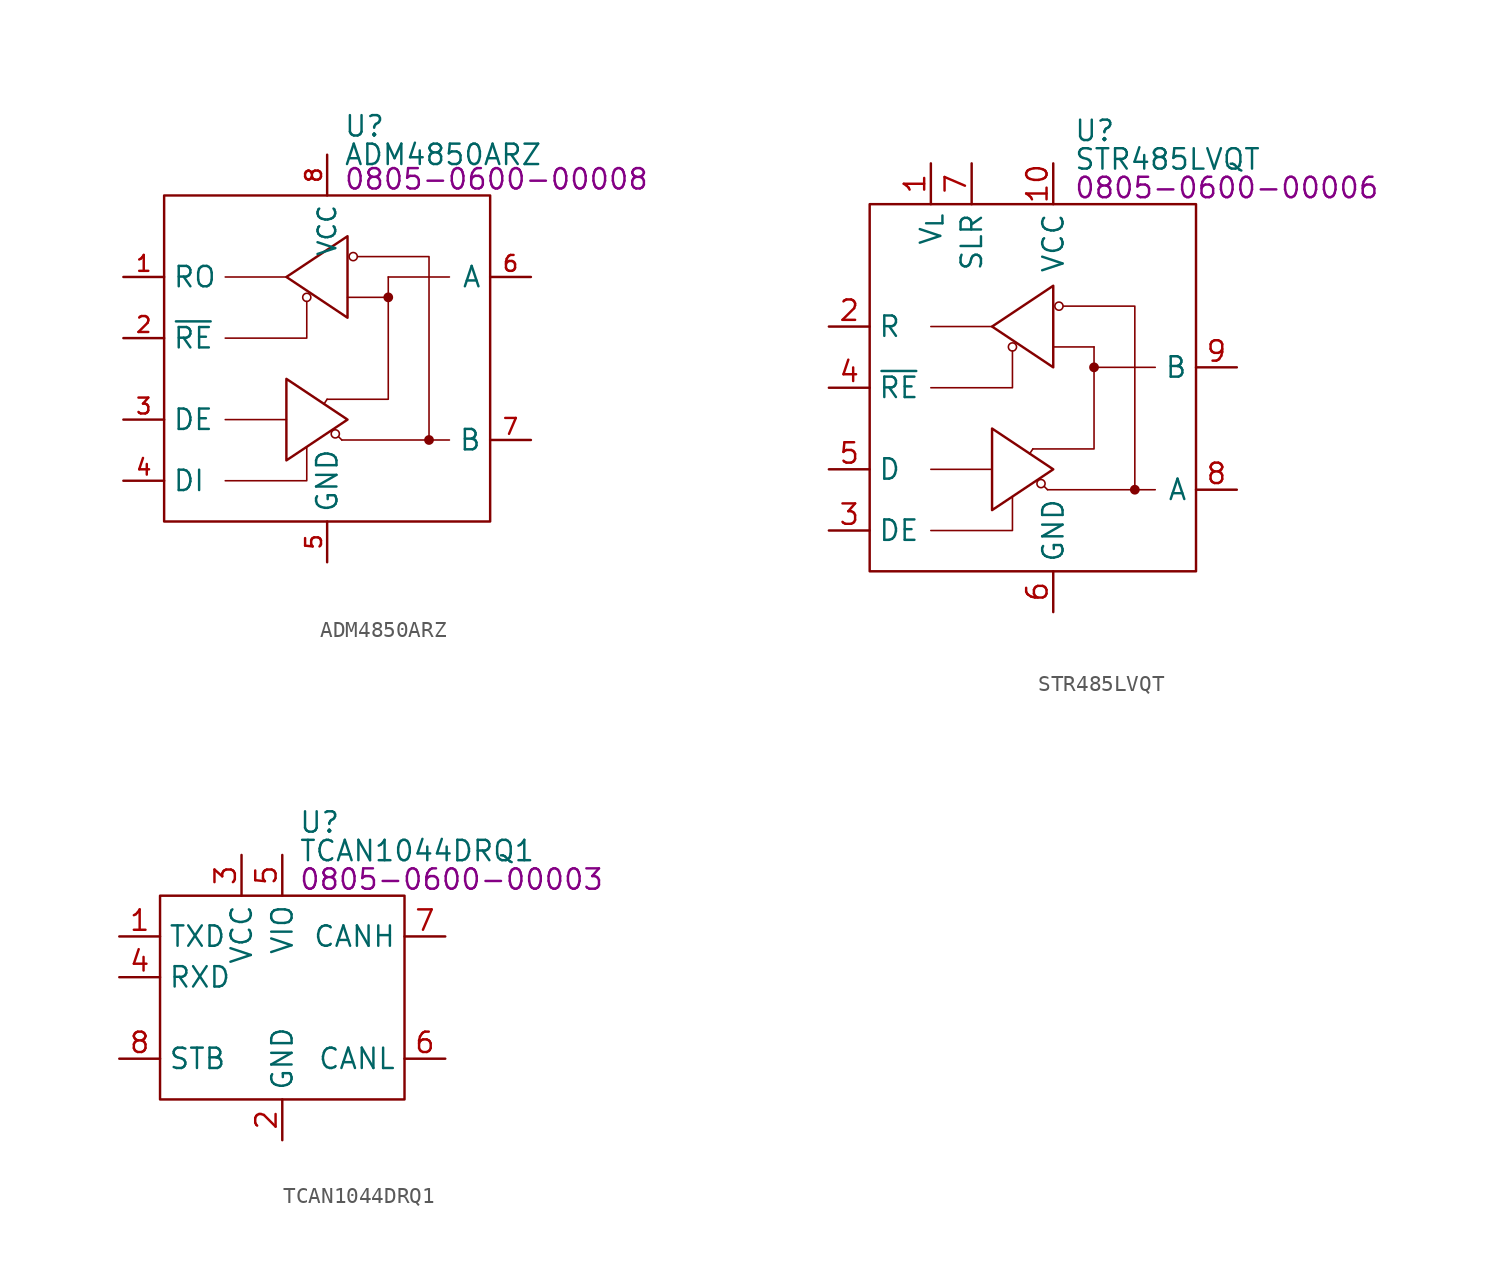
<source format=kicad_sym>
(kicad_symbol_lib
  (version 20231120)
  (generator "kicad_symbol_editor")
  (generator_version "8.0")
  (symbol "ADM4850ARZ"
    (property "Reference" "U"
      (at 11.176 4.318 0)
      (effects (font (size 1.27 1.27)) (justify left)))
    (property "Value" "ADM4850ARZ"
      (at 11.176 2.54 0)
      (effects (font (size 1.27 1.27)) (justify left)))
    (property "PartNumber" "0805-0600-00008"
      (at 11.176 1.016 0)
      (effects (font (size 1.27 1.27)) (justify left)))
    (symbol "ADM4850ARZ_0_0"
      (pin output line (at -2.54 -5.08 0) (length 2.54) (name "RO" (effects (font (size 1.27 1.27)))) (number "1" (effects (font (size 0.991 0.991)))))
      (pin input line (at -2.54 -8.89 0) (length 2.54) (name "~{RE}" (effects (font (size 1.27 1.27)))) (number "2" (effects (font (size 0.991 0.991)))))
      (pin input line (at -2.54 -13.97 0) (length 2.54) (name "DE" (effects (font (size 1.27 1.27)))) (number "3" (effects (font (size 0.991 0.991)))))
      (pin input line (at -2.54 -17.78 0) (length 2.54) (name "DI" (effects (font (size 1.27 1.27)))) (number "4" (effects (font (size 0.991 0.991)))))
      (pin power_in line (at 10.16 -22.86 90) (length 2.54) (name "GND" (effects (font (size 1.27 1.27)))) (number "5" (effects (font (size 0.991 0.991)))))
      (pin bidirectional line (at 22.86 -5.08 180) (length 2.54) (name "A" (effects (font (size 1.27 1.27)))) (number "6" (effects (font (size 0.991 0.991)))))
      (pin bidirectional line (at 22.86 -15.24 180) (length 2.54) (name "B" (effects (font (size 1.27 1.27)))) (number "7" (effects (font (size 0.991 0.991))))))
    (symbol "ADM4850ARZ_0_1"
      (polyline (pts (xy 7.62 -13.97) (xy 3.81 -13.97)) (stroke (width 0.1) (type default)) (fill (type none)))
      (polyline (pts (xy 7.62 -5.08) (xy 3.81 -5.08)) (stroke (width 0.1) (type default)) (fill (type none)))
      (polyline (pts (xy 10.16 -12.7) (xy 9.957 -13.005)) (stroke (width 0.1) (type default)) (fill (type none)))
      (polyline (pts (xy 11.074 -15.24) (xy 10.871 -15.037)) (stroke (width 0.1) (type default)) (fill (type none)))
      (polyline (pts (xy 11.43 -6.35) (xy 13.97 -6.35)) (stroke (width 0.1) (type default)) (fill (type none)))
      (polyline (pts (xy 13.97 -5.08) (xy 13.97 -6.35)) (stroke (width 0.1) (type default)) (fill (type none)))
      (polyline (pts (xy 13.97 -5.08) (xy 17.78 -5.08)) (stroke (width 0.1) (type default)) (fill (type none)))
      (polyline (pts (xy 16.51 -15.24) (xy 17.78 -15.24)) (stroke (width 0.1) (type default)) (fill (type none)))
      (polyline (pts (xy 3.81 -17.78) (xy 8.89 -17.78) (xy 8.89 -15.697)) (stroke (width 0.1) (type default)) (fill (type none)))
      (polyline (pts (xy 3.81 -8.89) (xy 8.89 -8.89) (xy 8.89 -6.604)) (stroke (width 0.1) (type default)) (fill (type none)))
      (polyline (pts (xy 10.16 -12.7) (xy 13.97 -12.7) (xy 13.97 -6.35)) (stroke (width 0.1) (type default)) (fill (type none)))
      (polyline (pts (xy 7.62 -11.43) (xy 7.62 -16.51) (xy 11.43 -13.97) (xy 7.62 -11.43)) (stroke (width 0) (type default)) (fill (type none)))
      (polyline (pts (xy 11.074 -15.24) (xy 16.51 -15.24) (xy 16.51 -3.81) (xy 12.065 -3.81)) (stroke (width 0.1) (type default)) (fill (type none)))
      (polyline (pts (xy 11.43 -7.62) (xy 11.43 -2.54) (xy 7.62 -5.08) (xy 11.43 -7.62)) (stroke (width 0) (type default)) (fill (type none)))
      (rectangle (start 0 0) (end 20.32 -20.32) (stroke (width 0) (type default)) (fill (type none)))
      (circle (center 8.89 -6.35) (radius 0.254) (stroke (width 0.1) (type default)) (fill (type none)))
      (circle (center 10.668 -14.859) (radius 0.254) (stroke (width 0.1) (type default)) (fill (type none)))
      (circle (center 11.786 -3.81) (radius 0.254) (stroke (width 0.1) (type default)) (fill (type none)))
      (circle (center 13.97 -6.35) (radius 0.254) (stroke (width 0.1) (type default)) (fill (type outline)))
      (circle (center 16.51 -15.24) (radius 0.254) (stroke (width 0.1) (type default)) (fill (type outline))))
    (symbol "ADM4850ARZ_1_0"
      (pin power_in line (at 10.16 2.54 270) (length 2.54) (name "VCC" (effects (font (size 1.1 1.1)))) (number "8" (effects (font (size 0.991 0.991)))))))
  (symbol "STR485LVQT"
    (property "Reference" "U"
      (at 15.24 4.572 0)
      (effects (font (size 1.27 1.27)) (justify left)))
    (property "Value" "STR485LVQT"
      (at 15.24 2.794 0)
      (effects (font (size 1.27 1.27)) (justify left)))
    (property "PartNumber" "0805-0600-00006"
      (at 15.24 1.016 0)
      (effects (font (size 1.27 1.27)) (justify left)))
    (symbol "STR485LVQT_0_0"
      (pin power_in line (at 6.35 2.54 270) (length 2.54) (name "V_{L}" (effects (font (size 1.27 1.27)))) (number "1" (effects (font (size 1.27 1.27)))))
      (pin power_in line (at 13.97 2.54 270) (length 2.54) (name "VCC" (effects (font (size 1.27 1.27)))) (number "10" (effects (font (size 1.27 1.27)))))
      (pin power_in line (at 13.97 -25.4 90) (length 2.54) hide (name "GND" (effects (font (size 1.27 1.27)))) (number "11" (effects (font (size 1.27 1.27)))))
      (pin output line (at 0 -7.62 0) (length 2.54) (name "R" (effects (font (size 1.27 1.27)))) (number "2" (effects (font (size 1.27 1.27)))))
      (pin input line (at 0 -20.32 0) (length 2.54) (name "DE" (effects (font (size 1.27 1.27)))) (number "3" (effects (font (size 1.27 1.27)))))
      (pin input line (at 0 -11.43 0) (length 2.54) (name "~{RE}" (effects (font (size 1.27 1.27)))) (number "4" (effects (font (size 1.27 1.27)))))
      (pin input line (at 0 -16.51 0) (length 2.54) (name "D" (effects (font (size 1.27 1.27)))) (number "5" (effects (font (size 1.27 1.27)))))
      (pin power_in line (at 13.97 -25.4 90) (length 2.54) (name "GND" (effects (font (size 1.27 1.27)))) (number "6" (effects (font (size 1.27 1.27)))))
      (pin input line (at 8.89 2.54 270) (length 2.54) (name "SLR" (effects (font (size 1.27 1.27)))) (number "7" (effects (font (size 1.27 1.27)))))
      (pin bidirectional line (at 25.4 -17.78 180) (length 2.54) (name "A" (effects (font (size 1.27 1.27)))) (number "8" (effects (font (size 1.27 1.27)))))
      (pin bidirectional line (at 25.4 -10.16 180) (length 2.54) (name "B" (effects (font (size 1.27 1.27)))) (number "9" (effects (font (size 1.27 1.27))))))
    (symbol "STR485LVQT_0_1"
      (polyline (pts (xy 10.16 -16.51) (xy 6.35 -16.51)) (stroke (width 0.1) (type default)) (fill (type none)))
      (polyline (pts (xy 10.16 -7.62) (xy 6.35 -7.62)) (stroke (width 0.1) (type default)) (fill (type none)))
      (polyline (pts (xy 12.7 -15.24) (xy 12.497 -15.545)) (stroke (width 0.1) (type default)) (fill (type none)))
      (polyline (pts (xy 13.614 -17.78) (xy 13.411 -17.577)) (stroke (width 0.1) (type default)) (fill (type none)))
      (polyline (pts (xy 13.97 -8.89) (xy 16.51 -8.89)) (stroke (width 0.1) (type default)) (fill (type none)))
      (polyline (pts (xy 16.51 -10.16) (xy 20.32 -10.16)) (stroke (width 0.1) (type default)) (fill (type none)))
      (polyline (pts (xy 19.05 -17.78) (xy 20.32 -17.78)) (stroke (width 0.1) (type default)) (fill (type none)))
      (polyline (pts (xy 6.35 -20.32) (xy 11.43 -20.32) (xy 11.43 -18.237)) (stroke (width 0.1) (type default)) (fill (type none)))
      (polyline (pts (xy 6.35 -11.43) (xy 11.43 -11.43) (xy 11.43 -9.144)) (stroke (width 0.1) (type default)) (fill (type none)))
      (polyline (pts (xy 12.7 -15.24) (xy 16.51 -15.24) (xy 16.51 -8.89)) (stroke (width 0.1) (type default)) (fill (type none)))
      (polyline (pts (xy 10.16 -13.97) (xy 10.16 -19.05) (xy 13.97 -16.51) (xy 10.16 -13.97)) (stroke (width 0) (type default)) (fill (type none)))
      (polyline (pts (xy 13.614 -17.78) (xy 19.05 -17.78) (xy 19.05 -6.35) (xy 14.605 -6.35)) (stroke (width 0.1) (type default)) (fill (type none)))
      (polyline (pts (xy 13.97 -10.16) (xy 13.97 -5.08) (xy 10.16 -7.62) (xy 13.97 -10.16)) (stroke (width 0) (type default)) (fill (type none)))
      (rectangle (start 2.54 0) (end 22.86 -22.86) (stroke (width 0) (type default)) (fill (type none)))
      (circle (center 11.43 -8.89) (radius 0.254) (stroke (width 0.1) (type default)) (fill (type none)))
      (circle (center 13.208 -17.399) (radius 0.254) (stroke (width 0.1) (type default)) (fill (type none)))
      (circle (center 14.326 -6.35) (radius 0.254) (stroke (width 0.1) (type default)) (fill (type none)))
      (circle (center 16.51 -10.16) (radius 0.254) (stroke (width 0.1) (type default)) (fill (type outline)))
      (circle (center 19.05 -17.78) (radius 0.254) (stroke (width 0.1) (type default)) (fill (type outline)))))
  (symbol "TCAN1044DRQ1"
    (property "Reference" "U"
      (at 8.636 4.572 0)
      (effects (font (size 1.27 1.27)) (justify left)))
    (property "Value" "TCAN1044DRQ1"
      (at 8.636 2.794 0)
      (effects (font (size 1.27 1.27)) (justify left)))
    (property "PartNumber" "0805-0600-00003"
      (at 8.636 1.016 0)
      (effects (font (size 1.27 1.27)) (justify left)))
    (symbol "TCAN1044DRQ1_0_0"
      (pin input line (at -2.54 -2.54 0) (length 2.54) (name "TXD" (effects (font (size 1.27 1.27)))) (number "1" (effects (font (size 1.27 1.27)))))
      (pin power_in line (at 7.62 -15.24 90) (length 2.54) (name "GND" (effects (font (size 1.27 1.27)))) (number "2" (effects (font (size 1.27 1.27)))))
      (pin power_in line (at 5.08 2.54 270) (length 2.54) (name "VCC" (effects (font (size 1.27 1.27)))) (number "3" (effects (font (size 1.27 1.27)))))
      (pin output line (at -2.54 -5.08 0) (length 2.54) (name "RXD" (effects (font (size 1.27 1.27)))) (number "4" (effects (font (size 1.27 1.27)))))
      (pin power_in line (at 7.62 2.54 270) (length 2.54) (name "VIO" (effects (font (size 1.27 1.27)))) (number "5" (effects (font (size 1.27 1.27)))))
      (pin bidirectional line (at 17.78 -10.16 180) (length 2.54) (name "CANL" (effects (font (size 1.27 1.27)))) (number "6" (effects (font (size 1.27 1.27)))))
      (pin bidirectional line (at 17.78 -2.54 180) (length 2.54) (name "CANH" (effects (font (size 1.27 1.27)))) (number "7" (effects (font (size 1.27 1.27)))))
      (pin input line (at -2.54 -10.16 0) (length 2.54) (name "STB" (effects (font (size 1.27 1.27)))) (number "8" (effects (font (size 1.27 1.27))))))
    (symbol "TCAN1044DRQ1_0_1"
      (rectangle (start 0 0) (end 15.24 -12.7) (stroke (width 0) (type default)) (fill (type none))))))
</source>
